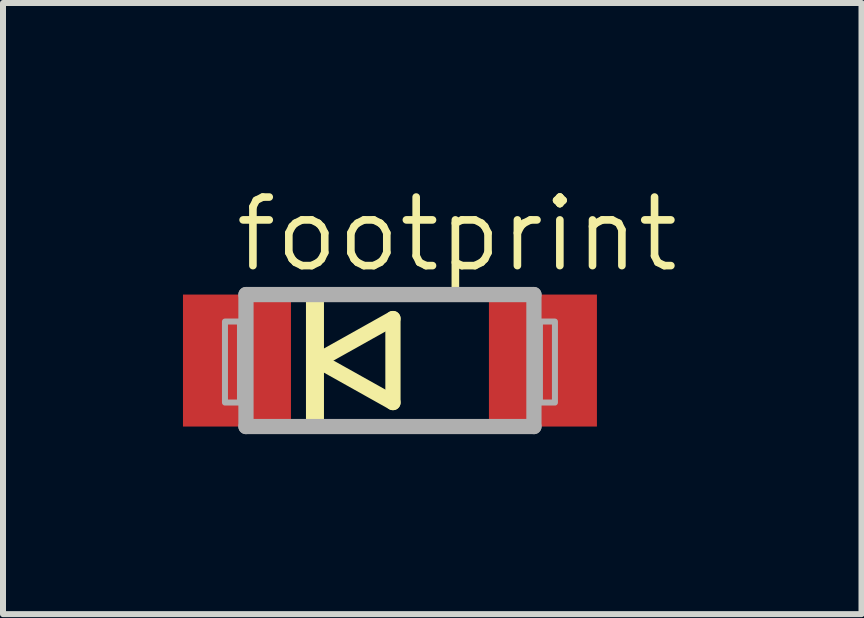
<source format=kicad_pcb>
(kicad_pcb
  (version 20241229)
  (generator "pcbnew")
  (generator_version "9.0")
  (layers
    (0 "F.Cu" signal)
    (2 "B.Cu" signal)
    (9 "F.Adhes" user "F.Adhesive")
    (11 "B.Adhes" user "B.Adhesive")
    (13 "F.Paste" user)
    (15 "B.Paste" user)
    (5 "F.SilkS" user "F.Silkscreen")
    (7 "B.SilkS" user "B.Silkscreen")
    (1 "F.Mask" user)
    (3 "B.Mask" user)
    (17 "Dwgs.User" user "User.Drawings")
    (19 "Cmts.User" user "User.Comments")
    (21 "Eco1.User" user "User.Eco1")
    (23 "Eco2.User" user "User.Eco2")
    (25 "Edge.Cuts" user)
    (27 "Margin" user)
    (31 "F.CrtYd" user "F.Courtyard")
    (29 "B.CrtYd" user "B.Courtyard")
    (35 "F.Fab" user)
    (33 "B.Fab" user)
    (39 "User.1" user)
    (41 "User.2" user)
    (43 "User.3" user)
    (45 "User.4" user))
  (footprint "footprint"
    (layer "F.Cu")
    (at 3.45 2.96)
    (property "Reference" "footprint" (at -2.64 -1.436 0) (layer "F.SilkS") (effects (font (size 1.143 1.143) (thickness 0.127)) (justify left bottom)))
    (fp_line (start -1.2 0) (end 0.05 -0.7) (stroke (width 0.254) (type solid)) (layer "F.SilkS"))
    (fp_line (start 0.05 -0.7) (end 0.05 0.7) (stroke (width 0.254) (type solid)) (layer "F.SilkS"))
    (fp_line (start 0.05 0.7) (end -1.2 0) (stroke (width 0.254) (type solid)) (layer "F.SilkS"))
    (fp_poly (pts (xy -1.4 1.05) (xy -1.1 1.05) (xy -1.1 -1.05) (xy -1.4 -1.05)) (stroke (width 0) (type solid)) (fill yes) (layer "F.SilkS"))
    (fp_line (start -2.4 -1.1) (end 2.4 -1.1) (stroke (width 0.254) (type solid)) (layer "F.Fab"))
    (fp_line (start -2.4 1.1) (end -2.4 -1.1) (stroke (width 0.254) (type solid)) (layer "F.Fab"))
    (fp_line (start 2.4 -1.1) (end 2.4 1.1) (stroke (width 0.254) (type solid)) (layer "F.Fab"))
    (fp_line (start 2.4 1.1) (end -2.4 1.1) (stroke (width 0.254) (type solid)) (layer "F.Fab"))
    (fp_poly (pts (xy -2.75 0.7) (xy -2.5 0.7) (xy -2.5 -0.65) (xy -2.75 -0.65)) (stroke (width 0.1) (type solid)) (fill no) (layer "F.Fab"))
    (fp_poly (pts (xy 2.5 0.7) (xy 2.75 0.7) (xy 2.75 -0.65) (xy 2.5 -0.65)) (stroke (width 0.1) (type solid)) (fill no) (layer "F.Fab"))
    (pad "A" smd rect (at 2.55 0) (size 1.8 2.2) (layers "F.Cu" "F.Mask" "F.Paste"))
    (pad "C" smd rect (at -2.55 0) (size 1.8 2.2) (layers "F.Cu" "F.Mask" "F.Paste")))
  (gr_rect
    (start -3 -3)
    (end 11.31 7.187)
    (stroke (width 0.1) (type default))
    (fill no)
    (layer "Edge.Cuts")))
</source>
